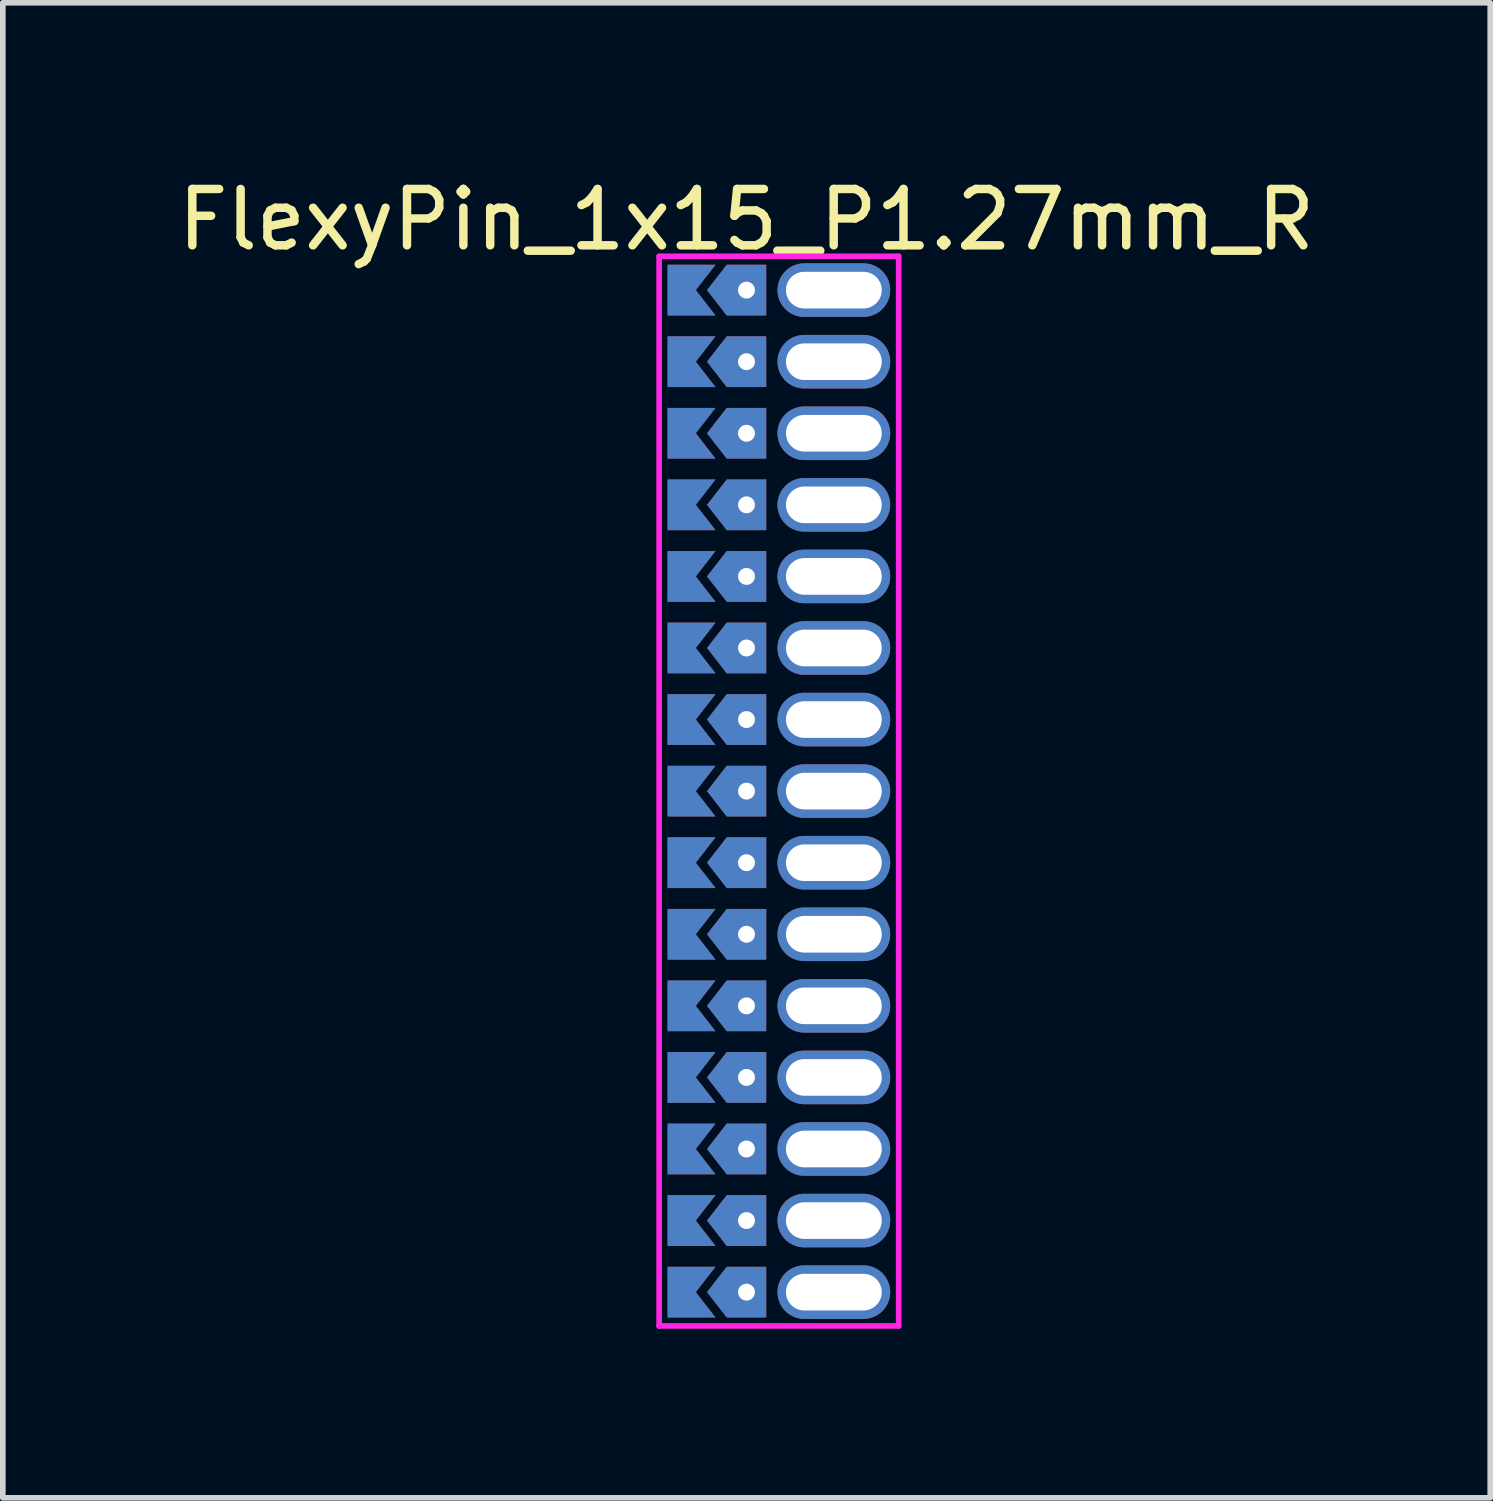
<source format=kicad_pcb>
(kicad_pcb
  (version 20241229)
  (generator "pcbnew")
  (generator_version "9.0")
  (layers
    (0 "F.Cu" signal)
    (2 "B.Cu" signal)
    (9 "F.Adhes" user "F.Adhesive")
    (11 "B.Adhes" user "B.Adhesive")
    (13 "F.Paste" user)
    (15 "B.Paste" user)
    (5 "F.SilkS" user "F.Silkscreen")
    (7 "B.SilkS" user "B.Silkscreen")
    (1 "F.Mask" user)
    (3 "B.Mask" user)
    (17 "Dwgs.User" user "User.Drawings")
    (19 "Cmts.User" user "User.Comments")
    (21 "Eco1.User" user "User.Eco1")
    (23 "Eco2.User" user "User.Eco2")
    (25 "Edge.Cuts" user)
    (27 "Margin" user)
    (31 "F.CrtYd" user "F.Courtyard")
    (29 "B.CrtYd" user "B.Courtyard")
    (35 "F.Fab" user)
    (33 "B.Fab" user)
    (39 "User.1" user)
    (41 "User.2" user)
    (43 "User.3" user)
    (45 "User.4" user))
  (footprint "FlexyPin_1x15_P1.27mm_R"
    (layer "F.Cu")
    (at 10.196 2.098)
    (property "Reference" "FlexyPin_1x15_P1.27mm_R" (at 0 -1.25 0) (layer "F.SilkS") (effects (font (size 1 1) (thickness 0.15))))
    (attr through_hole)
    (fp_line (start -1.55 -0.6) (end 2.7 -0.6) (stroke (width 0.1) (type solid)) (layer "F.CrtYd"))
    (fp_line (start -1.55 18.38) (end -1.55 -0.6) (stroke (width 0.1) (type solid)) (layer "F.CrtYd"))
    (fp_line (start 2.7 -0.6) (end 2.7 18.38) (stroke (width 0.1) (type solid)) (layer "F.CrtYd"))
    (fp_line (start 2.7 18.38) (end -1.55 18.38) (stroke (width 0.1) (type solid)) (layer "F.CrtYd"))
    (pad "" thru_hole custom (at 0 0) (size 0.3 0.3) (drill 0.6) (layers "*.Cu" "*.Mask") (options (anchor rect)) (primitives (gr_poly (pts (xy 0.35 0.45) (xy 0.35 -0.45) (xy -0.35 -0.45) (xy -0.7 0) (xy -0.35 0.45)) (width 0) (fill yes))))
    (pad "" thru_hole custom (at 0 1.27) (size 0.3 0.3) (drill 0.6) (layers "*.Cu" "*.Mask") (options (anchor rect)) (primitives (gr_poly (pts (xy 0.35 0.45) (xy 0.35 -0.45) (xy -0.35 -0.45) (xy -0.7 0) (xy -0.35 0.45)) (width 0) (fill yes))))
    (pad "" thru_hole custom (at 0 2.54) (size 0.3 0.3) (drill 0.6) (layers "*.Cu" "*.Mask") (options (anchor rect)) (primitives (gr_poly (pts (xy 0.35 0.45) (xy 0.35 -0.45) (xy -0.35 -0.45) (xy -0.7 0) (xy -0.35 0.45)) (width 0) (fill yes))))
    (pad "" thru_hole custom (at 0 3.81) (size 0.3 0.3) (drill 0.6) (layers "*.Cu" "*.Mask") (options (anchor rect)) (primitives (gr_poly (pts (xy 0.35 0.45) (xy 0.35 -0.45) (xy -0.35 -0.45) (xy -0.7 0) (xy -0.35 0.45)) (width 0) (fill yes))))
    (pad "" thru_hole custom (at 0 5.08) (size 0.3 0.3) (drill 0.6) (layers "*.Cu" "*.Mask") (options (anchor rect)) (primitives (gr_poly (pts (xy 0.35 0.45) (xy 0.35 -0.45) (xy -0.35 -0.45) (xy -0.7 0) (xy -0.35 0.45)) (width 0) (fill yes))))
    (pad "" thru_hole custom (at 0 6.35) (size 0.3 0.3) (drill 0.6) (layers "*.Cu" "*.Mask") (options (anchor rect)) (primitives (gr_poly (pts (xy 0.35 0.45) (xy 0.35 -0.45) (xy -0.35 -0.45) (xy -0.7 0) (xy -0.35 0.45)) (width 0) (fill yes))))
    (pad "" thru_hole custom (at 0 7.62) (size 0.3 0.3) (drill 0.6) (layers "*.Cu" "*.Mask") (options (anchor rect)) (primitives (gr_poly (pts (xy 0.35 0.45) (xy 0.35 -0.45) (xy -0.35 -0.45) (xy -0.7 0) (xy -0.35 0.45)) (width 0) (fill yes))))
    (pad "" thru_hole custom (at 0 8.89) (size 0.3 0.3) (drill 0.6) (layers "*.Cu" "*.Mask") (options (anchor rect)) (primitives (gr_poly (pts (xy 0.35 0.45) (xy 0.35 -0.45) (xy -0.35 -0.45) (xy -0.7 0) (xy -0.35 0.45)) (width 0) (fill yes))))
    (pad "" thru_hole custom (at 0 10.16) (size 0.3 0.3) (drill 0.6) (layers "*.Cu" "*.Mask") (options (anchor rect)) (primitives (gr_poly (pts (xy 0.35 0.45) (xy 0.35 -0.45) (xy -0.35 -0.45) (xy -0.7 0) (xy -0.35 0.45)) (width 0) (fill yes))))
    (pad "" thru_hole custom (at 0 11.43) (size 0.3 0.3) (drill 0.6) (layers "*.Cu" "*.Mask") (options (anchor rect)) (primitives (gr_poly (pts (xy 0.35 0.45) (xy 0.35 -0.45) (xy -0.35 -0.45) (xy -0.7 0) (xy -0.35 0.45)) (width 0) (fill yes))))
    (pad "" thru_hole custom (at 0 12.7) (size 0.3 0.3) (drill 0.6) (layers "*.Cu" "*.Mask") (options (anchor rect)) (primitives (gr_poly (pts (xy 0.35 0.45) (xy 0.35 -0.45) (xy -0.35 -0.45) (xy -0.7 0) (xy -0.35 0.45)) (width 0) (fill yes))))
    (pad "" thru_hole custom (at 0 13.97) (size 0.3 0.3) (drill 0.6) (layers "*.Cu" "*.Mask") (options (anchor rect)) (primitives (gr_poly (pts (xy 0.35 0.45) (xy 0.35 -0.45) (xy -0.35 -0.45) (xy -0.7 0) (xy -0.35 0.45)) (width 0) (fill yes))))
    (pad "" thru_hole custom (at 0 15.24) (size 0.3 0.3) (drill 0.6) (layers "*.Cu" "*.Mask") (options (anchor rect)) (primitives (gr_poly (pts (xy 0.35 0.45) (xy 0.35 -0.45) (xy -0.35 -0.45) (xy -0.7 0) (xy -0.35 0.45)) (width 0) (fill yes))))
    (pad "" thru_hole custom (at 0 16.51) (size 0.3 0.3) (drill 0.6) (layers "*.Cu" "*.Mask") (options (anchor rect)) (primitives (gr_poly (pts (xy 0.35 0.45) (xy 0.35 -0.45) (xy -0.35 -0.45) (xy -0.7 0) (xy -0.35 0.45)) (width 0) (fill yes))))
    (pad "" thru_hole custom (at 0 17.78) (size 0.3 0.3) (drill 0.6) (layers "*.Cu" "*.Mask") (options (anchor rect)) (primitives (gr_poly (pts (xy 0.35 0.45) (xy 0.35 -0.45) (xy -0.35 -0.45) (xy -0.7 0) (xy -0.35 0.45)) (width 0) (fill yes))))
    (pad "" thru_hole oval (at 1.55 0) (size 2 0.95) (drill oval 1.7 0.65) (layers "*.Cu" "*.Mask"))
    (pad "" thru_hole oval (at 1.55 1.27) (size 2 0.95) (drill oval 1.7 0.65) (layers "*.Cu" "*.Mask"))
    (pad "" thru_hole oval (at 1.55 2.54) (size 2 0.95) (drill oval 1.7 0.65) (layers "*.Cu" "*.Mask"))
    (pad "" thru_hole oval (at 1.55 3.81) (size 2 0.95) (drill oval 1.7 0.65) (layers "*.Cu" "*.Mask"))
    (pad "" thru_hole oval (at 1.55 5.08) (size 2 0.95) (drill oval 1.7 0.65) (layers "*.Cu" "*.Mask"))
    (pad "" thru_hole oval (at 1.55 6.35) (size 2 0.95) (drill oval 1.7 0.65) (layers "*.Cu" "*.Mask"))
    (pad "" thru_hole oval (at 1.55 7.62) (size 2 0.95) (drill oval 1.7 0.65) (layers "*.Cu" "*.Mask"))
    (pad "" thru_hole oval (at 1.55 8.89) (size 2 0.95) (drill oval 1.7 0.65) (layers "*.Cu" "*.Mask"))
    (pad "" thru_hole oval (at 1.55 10.16) (size 2 0.95) (drill oval 1.7 0.65) (layers "*.Cu" "*.Mask"))
    (pad "" thru_hole oval (at 1.55 11.43) (size 2 0.95) (drill oval 1.7 0.65) (layers "*.Cu" "*.Mask"))
    (pad "" thru_hole oval (at 1.55 12.7) (size 2 0.95) (drill oval 1.7 0.65) (layers "*.Cu" "*.Mask"))
    (pad "" thru_hole oval (at 1.55 13.97) (size 2 0.95) (drill oval 1.7 0.65) (layers "*.Cu" "*.Mask"))
    (pad "" thru_hole oval (at 1.55 15.24) (size 2 0.95) (drill oval 1.7 0.65) (layers "*.Cu" "*.Mask"))
    (pad "" thru_hole oval (at 1.55 16.51) (size 2 0.95) (drill oval 1.7 0.65) (layers "*.Cu" "*.Mask"))
    (pad "" thru_hole oval (at 1.55 17.78) (size 2 0.95) (drill oval 1.7 0.65) (layers "*.Cu" "*.Mask"))
    (pad "1" smd custom (at -0.9 0) (size 0.01 0.01) (layers "F.Cu" "F.Mask") (options (anchor rect)) (primitives (gr_poly (pts (xy 0 0) (xy 0.35 0.45) (xy -0.5 0.45) (xy -0.5 -0.45) (xy 0.35 -0.45)) (width 0) (fill yes))))
    (pad "2" smd custom (at -0.9 1.27) (size 0.01 0.01) (layers "F.Cu" "F.Mask") (options (anchor rect)) (primitives (gr_poly (pts (xy 0 0) (xy 0.35 0.45) (xy -0.5 0.45) (xy -0.5 -0.45) (xy 0.35 -0.45)) (width 0) (fill yes))))
    (pad "3" smd custom (at -0.9 2.54) (size 0.01 0.01) (layers "F.Cu" "F.Mask") (options (anchor rect)) (primitives (gr_poly (pts (xy 0 0) (xy 0.35 0.45) (xy -0.5 0.45) (xy -0.5 -0.45) (xy 0.35 -0.45)) (width 0) (fill yes))))
    (pad "4" smd custom (at -0.9 3.81) (size 0.01 0.01) (layers "F.Cu" "F.Mask") (options (anchor rect)) (primitives (gr_poly (pts (xy 0 0) (xy 0.35 0.45) (xy -0.5 0.45) (xy -0.5 -0.45) (xy 0.35 -0.45)) (width 0) (fill yes))))
    (pad "5" smd custom (at -0.9 5.08) (size 0.01 0.01) (layers "F.Cu" "F.Mask") (options (anchor rect)) (primitives (gr_poly (pts (xy 0 0) (xy 0.35 0.45) (xy -0.5 0.45) (xy -0.5 -0.45) (xy 0.35 -0.45)) (width 0) (fill yes))))
    (pad "6" smd custom (at -0.9 6.35) (size 0.01 0.01) (layers "F.Cu" "F.Mask") (options (anchor rect)) (primitives (gr_poly (pts (xy 0 0) (xy 0.35 0.45) (xy -0.5 0.45) (xy -0.5 -0.45) (xy 0.35 -0.45)) (width 0) (fill yes))))
    (pad "7" smd custom (at -0.9 7.62) (size 0.01 0.01) (layers "F.Cu" "F.Mask") (options (anchor rect)) (primitives (gr_poly (pts (xy 0 0) (xy 0.35 0.45) (xy -0.5 0.45) (xy -0.5 -0.45) (xy 0.35 -0.45)) (width 0) (fill yes))))
    (pad "8" smd custom (at -0.9 8.89) (size 0.01 0.01) (layers "F.Cu" "F.Mask") (options (anchor rect)) (primitives (gr_poly (pts (xy 0 0) (xy 0.35 0.45) (xy -0.5 0.45) (xy -0.5 -0.45) (xy 0.35 -0.45)) (width 0) (fill yes))))
    (pad "9" smd custom (at -0.9 10.16) (size 0.01 0.01) (layers "F.Cu" "F.Mask") (options (anchor rect)) (primitives (gr_poly (pts (xy 0 0) (xy 0.35 0.45) (xy -0.5 0.45) (xy -0.5 -0.45) (xy 0.35 -0.45)) (width 0) (fill yes))))
    (pad "10" smd custom (at -0.9 11.43) (size 0.01 0.01) (layers "F.Cu" "F.Mask") (options (anchor rect)) (primitives (gr_poly (pts (xy 0 0) (xy 0.35 0.45) (xy -0.5 0.45) (xy -0.5 -0.45) (xy 0.35 -0.45)) (width 0) (fill yes))))
    (pad "11" smd custom (at -0.9 12.7) (size 0.01 0.01) (layers "F.Cu" "F.Mask") (options (anchor rect)) (primitives (gr_poly (pts (xy 0 0) (xy 0.35 0.45) (xy -0.5 0.45) (xy -0.5 -0.45) (xy 0.35 -0.45)) (width 0) (fill yes))))
    (pad "12" smd custom (at -0.9 13.97) (size 0.01 0.01) (layers "F.Cu" "F.Mask") (options (anchor rect)) (primitives (gr_poly (pts (xy 0 0) (xy 0.35 0.45) (xy -0.5 0.45) (xy -0.5 -0.45) (xy 0.35 -0.45)) (width 0) (fill yes))))
    (pad "13" smd custom (at -0.9 15.24) (size 0.01 0.01) (layers "F.Cu" "F.Mask") (options (anchor rect)) (primitives (gr_poly (pts (xy 0 0) (xy 0.35 0.45) (xy -0.5 0.45) (xy -0.5 -0.45) (xy 0.35 -0.45)) (width 0) (fill yes))))
    (pad "14" smd custom (at -0.9 16.51) (size 0.01 0.01) (layers "F.Cu" "F.Mask") (options (anchor rect)) (primitives (gr_poly (pts (xy 0 0) (xy 0.35 0.45) (xy -0.5 0.45) (xy -0.5 -0.45) (xy 0.35 -0.45)) (width 0) (fill yes))))
    (pad "15" smd custom (at -0.9 17.78) (size 0.01 0.01) (layers "F.Cu" "F.Mask") (options (anchor rect)) (primitives (gr_poly (pts (xy 0 0) (xy 0.35 0.45) (xy -0.5 0.45) (xy -0.5 -0.45) (xy 0.35 -0.45)) (width 0) (fill yes))))
    (pad "16" smd custom (at -0.9 0) (size 0.01 0.01) (layers "B.Cu" "B.Mask") (options (anchor rect)) (primitives (gr_poly (pts (xy 0 0) (xy 0.35 0.45) (xy -0.5 0.45) (xy -0.5 -0.45) (xy 0.35 -0.45)) (width 0) (fill yes))))
    (pad "17" smd custom (at -0.9 1.27) (size 0.01 0.01) (layers "B.Cu" "B.Mask") (options (anchor rect)) (primitives (gr_poly (pts (xy 0 0) (xy 0.35 0.45) (xy -0.5 0.45) (xy -0.5 -0.45) (xy 0.35 -0.45)) (width 0) (fill yes))))
    (pad "18" smd custom (at -0.9 2.54) (size 0.01 0.01) (layers "B.Cu" "B.Mask") (options (anchor rect)) (primitives (gr_poly (pts (xy 0 0) (xy 0.35 0.45) (xy -0.5 0.45) (xy -0.5 -0.45) (xy 0.35 -0.45)) (width 0) (fill yes))))
    (pad "19" smd custom (at -0.9 3.81) (size 0.01 0.01) (layers "B.Cu" "B.Mask") (options (anchor rect)) (primitives (gr_poly (pts (xy 0 0) (xy 0.35 0.45) (xy -0.5 0.45) (xy -0.5 -0.45) (xy 0.35 -0.45)) (width 0) (fill yes))))
    (pad "20" smd custom (at -0.9 5.08) (size 0.01 0.01) (layers "B.Cu" "B.Mask") (options (anchor rect)) (primitives (gr_poly (pts (xy 0 0) (xy 0.35 0.45) (xy -0.5 0.45) (xy -0.5 -0.45) (xy 0.35 -0.45)) (width 0) (fill yes))))
    (pad "21" smd custom (at -0.9 6.35) (size 0.01 0.01) (layers "B.Cu" "B.Mask") (options (anchor rect)) (primitives (gr_poly (pts (xy 0 0) (xy 0.35 0.45) (xy -0.5 0.45) (xy -0.5 -0.45) (xy 0.35 -0.45)) (width 0) (fill yes))))
    (pad "22" smd custom (at -0.9 7.62) (size 0.01 0.01) (layers "B.Cu" "B.Mask") (options (anchor rect)) (primitives (gr_poly (pts (xy 0 0) (xy 0.35 0.45) (xy -0.5 0.45) (xy -0.5 -0.45) (xy 0.35 -0.45)) (width 0) (fill yes))))
    (pad "23" smd custom (at -0.9 8.89) (size 0.01 0.01) (layers "B.Cu" "B.Mask") (options (anchor rect)) (primitives (gr_poly (pts (xy 0 0) (xy 0.35 0.45) (xy -0.5 0.45) (xy -0.5 -0.45) (xy 0.35 -0.45)) (width 0) (fill yes))))
    (pad "24" smd custom (at -0.9 10.16) (size 0.01 0.01) (layers "B.Cu" "B.Mask") (options (anchor rect)) (primitives (gr_poly (pts (xy 0 0) (xy 0.35 0.45) (xy -0.5 0.45) (xy -0.5 -0.45) (xy 0.35 -0.45)) (width 0) (fill yes))))
    (pad "25" smd custom (at -0.9 11.43) (size 0.01 0.01) (layers "B.Cu" "B.Mask") (options (anchor rect)) (primitives (gr_poly (pts (xy 0 0) (xy 0.35 0.45) (xy -0.5 0.45) (xy -0.5 -0.45) (xy 0.35 -0.45)) (width 0) (fill yes))))
    (pad "26" smd custom (at -0.9 12.7) (size 0.01 0.01) (layers "B.Cu" "B.Mask") (options (anchor rect)) (primitives (gr_poly (pts (xy 0 0) (xy 0.35 0.45) (xy -0.5 0.45) (xy -0.5 -0.45) (xy 0.35 -0.45)) (width 0) (fill yes))))
    (pad "27" smd custom (at -0.9 13.97) (size 0.01 0.01) (layers "B.Cu" "B.Mask") (options (anchor rect)) (primitives (gr_poly (pts (xy 0 0) (xy 0.35 0.45) (xy -0.5 0.45) (xy -0.5 -0.45) (xy 0.35 -0.45)) (width 0) (fill yes))))
    (pad "28" smd custom (at -0.9 15.24) (size 0.01 0.01) (layers "B.Cu" "B.Mask") (options (anchor rect)) (primitives (gr_poly (pts (xy 0 0) (xy 0.35 0.45) (xy -0.5 0.45) (xy -0.5 -0.45) (xy 0.35 -0.45)) (width 0) (fill yes))))
    (pad "29" smd custom (at -0.9 16.51) (size 0.01 0.01) (layers "B.Cu" "B.Mask") (options (anchor rect)) (primitives (gr_poly (pts (xy 0 0) (xy 0.35 0.45) (xy -0.5 0.45) (xy -0.5 -0.45) (xy 0.35 -0.45)) (width 0) (fill yes))))
    (pad "30" smd custom (at -0.9 17.78) (size 0.01 0.01) (layers "B.Cu" "B.Mask") (options (anchor rect)) (primitives (gr_poly (pts (xy 0 0) (xy 0.35 0.45) (xy -0.5 0.45) (xy -0.5 -0.45) (xy 0.35 -0.45)) (width 0) (fill yes)))))
  (gr_rect
    (start -3 -3)
    (end 23.393 23.528)
    (stroke (width 0.1) (type default))
    (fill no)
    (layer "Edge.Cuts")))
</source>
